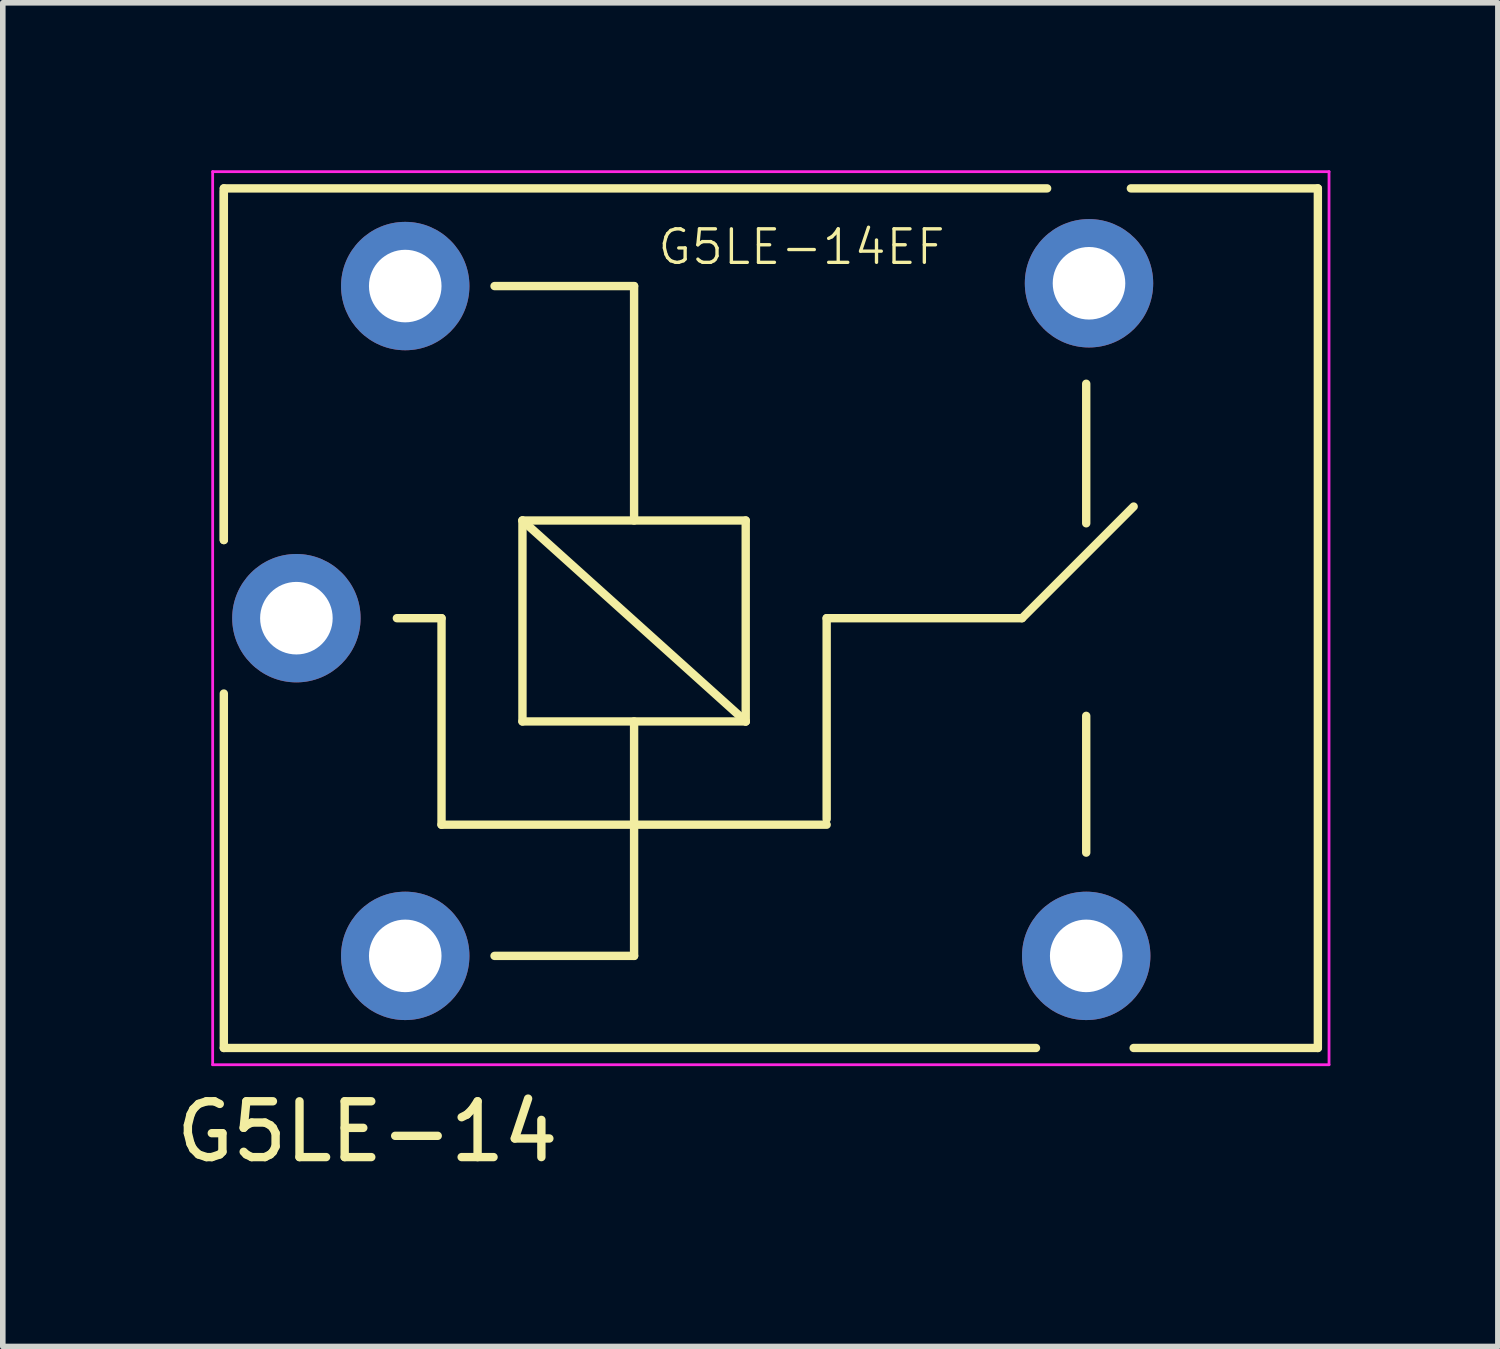
<source format=kicad_pcb>
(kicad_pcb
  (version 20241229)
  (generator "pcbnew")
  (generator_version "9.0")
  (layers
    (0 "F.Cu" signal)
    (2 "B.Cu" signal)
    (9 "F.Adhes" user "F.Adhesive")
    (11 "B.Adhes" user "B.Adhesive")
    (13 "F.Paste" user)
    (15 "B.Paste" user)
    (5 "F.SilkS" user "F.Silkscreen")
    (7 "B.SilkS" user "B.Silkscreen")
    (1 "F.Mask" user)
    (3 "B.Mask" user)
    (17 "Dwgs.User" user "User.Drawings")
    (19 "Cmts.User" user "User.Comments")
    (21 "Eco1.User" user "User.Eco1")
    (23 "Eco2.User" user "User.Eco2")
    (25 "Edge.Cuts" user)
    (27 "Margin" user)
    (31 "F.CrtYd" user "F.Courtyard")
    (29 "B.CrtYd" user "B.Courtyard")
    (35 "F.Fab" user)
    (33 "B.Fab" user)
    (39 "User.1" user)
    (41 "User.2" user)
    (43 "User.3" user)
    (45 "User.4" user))
  (footprint "G5LE-14"
    (layer "F.Cu")
    (at 2.26 8.025)
    (property "Reference" "G5LE-14" (at 1.27 9.2 0) (layer "F.SilkS") (effects (font (size 1 1) (thickness 0.15))))
    (attr through_hole)
    (fp_line (start -1.3 -7.7) (end 13.45 -7.7) (stroke (width 0.15) (type solid)) (layer "F.SilkS"))
    (fp_line (start -1.3 -7.65) (end -1.3 -1.4) (stroke (width 0.15) (type solid)) (layer "F.SilkS"))
    (fp_line (start -1.3 -1.4) (end -1.3 -7.7) (stroke (width 0.15) (type solid)) (layer "F.SilkS"))
    (fp_line (start -1.3 1.35) (end -1.3 7.7) (stroke (width 0.15) (type solid)) (layer "F.SilkS"))
    (fp_line (start -1.3 7.7) (end 13.25 7.7) (stroke (width 0.15) (type solid)) (layer "F.SilkS"))
    (fp_line (start 2.6 0) (end 1.8 0) (stroke (width 0.15) (type solid)) (layer "F.SilkS"))
    (fp_line (start 2.6 0) (end 2.6 3.7) (stroke (width 0.15) (type solid)) (layer "F.SilkS"))
    (fp_line (start 3.55 6.05) (end 6.05 6.05) (stroke (width 0.15) (type solid)) (layer "F.SilkS"))
    (fp_line (start 4.05 -1.75) (end 8.05 -1.75) (stroke (width 0.15) (type solid)) (layer "F.SilkS"))
    (fp_line (start 4.05 1.85) (end 4.05 -1.75) (stroke (width 0.15) (type solid)) (layer "F.SilkS"))
    (fp_line (start 6.05 -5.95) (end 3.55 -5.95) (stroke (width 0.15) (type solid)) (layer "F.SilkS"))
    (fp_line (start 6.05 -5.95) (end 6.05 -1.75) (stroke (width 0.15) (type solid)) (layer "F.SilkS"))
    (fp_line (start 6.05 1.85) (end 6.05 6.05) (stroke (width 0.15) (type solid)) (layer "F.SilkS"))
    (fp_line (start 8.05 -1.75) (end 8.05 1.85) (stroke (width 0.15) (type solid)) (layer "F.SilkS"))
    (fp_line (start 8.05 1.85) (end 4.05 -1.75) (stroke (width 0.15) (type solid)) (layer "F.SilkS"))
    (fp_line (start 8.05 1.85) (end 4.05 1.85) (stroke (width 0.15) (type solid)) (layer "F.SilkS"))
    (fp_line (start 9.5 0) (end 9.5 3.6) (stroke (width 0.15) (type solid)) (layer "F.SilkS"))
    (fp_line (start 9.5 0) (end 13 0) (stroke (width 0.15) (type solid)) (layer "F.SilkS"))
    (fp_line (start 9.5 3.7) (end 2.6 3.7) (stroke (width 0.15) (type solid)) (layer "F.SilkS"))
    (fp_line (start 13 0) (end 15 -2) (stroke (width 0.15) (type solid)) (layer "F.SilkS"))
    (fp_line (start 14.15 -4.2) (end 14.15 -1.7) (stroke (width 0.15) (type solid)) (layer "F.SilkS"))
    (fp_line (start 14.15 4.2) (end 14.15 1.75) (stroke (width 0.15) (type solid)) (layer "F.SilkS"))
    (fp_line (start 15 7.7) (end 18.3 7.7) (stroke (width 0.15) (type solid)) (layer "F.SilkS"))
    (fp_line (start 18.3 -7.7) (end 14.95 -7.7) (stroke (width 0.15) (type solid)) (layer "F.SilkS"))
    (fp_line (start 18.3 7.7) (end 18.3 -7.7) (stroke (width 0.15) (type solid)) (layer "F.SilkS"))
    (fp_line (start -1.5 -8) (end -1.5 8) (stroke (width 0.05) (type solid)) (layer "F.CrtYd"))
    (fp_line (start -1.5 8) (end 18.5 8) (stroke (width 0.05) (type solid)) (layer "F.CrtYd"))
    (fp_line (start 18.5 -8) (end -1.5 -8) (stroke (width 0.05) (type solid)) (layer "F.CrtYd"))
    (fp_line (start 18.5 8) (end 18.5 -8) (stroke (width 0.05) (type solid)) (layer "F.CrtYd"))
    (fp_text user "${REFERENCE}EF" (at 9.05 -6.65 0) (layer "F.SilkS") (effects (font (size 0.6 0.6) (thickness 0.06))))
    (pad "1" thru_hole circle (at 0 0 90) (size 2.3 2.3) (drill 1.3) (layers "*.Cu" "*.Mask"))
    (pad "2" thru_hole circle (at 1.95 6.05 90) (size 2.3 2.3) (drill 1.3) (layers "*.Cu" "*.Mask"))
    (pad "3" thru_hole circle (at 14.15 6.05 90) (size 2.3 2.3) (drill 1.3) (layers "*.Cu" "*.Mask"))
    (pad "4" thru_hole circle (at 14.2 -6 90) (size 2.3 2.3) (drill 1.3) (layers "*.Cu" "*.Mask"))
    (pad "5" thru_hole circle (at 1.95 -5.95 90) (size 2.3 2.3) (drill 1.3) (layers "*.Cu" "*.Mask")))
  (gr_rect
    (start -3 -3)
    (end 23.785 21.073)
    (stroke (width 0.1) (type default))
    (fill no)
    (layer "Edge.Cuts")))
</source>
